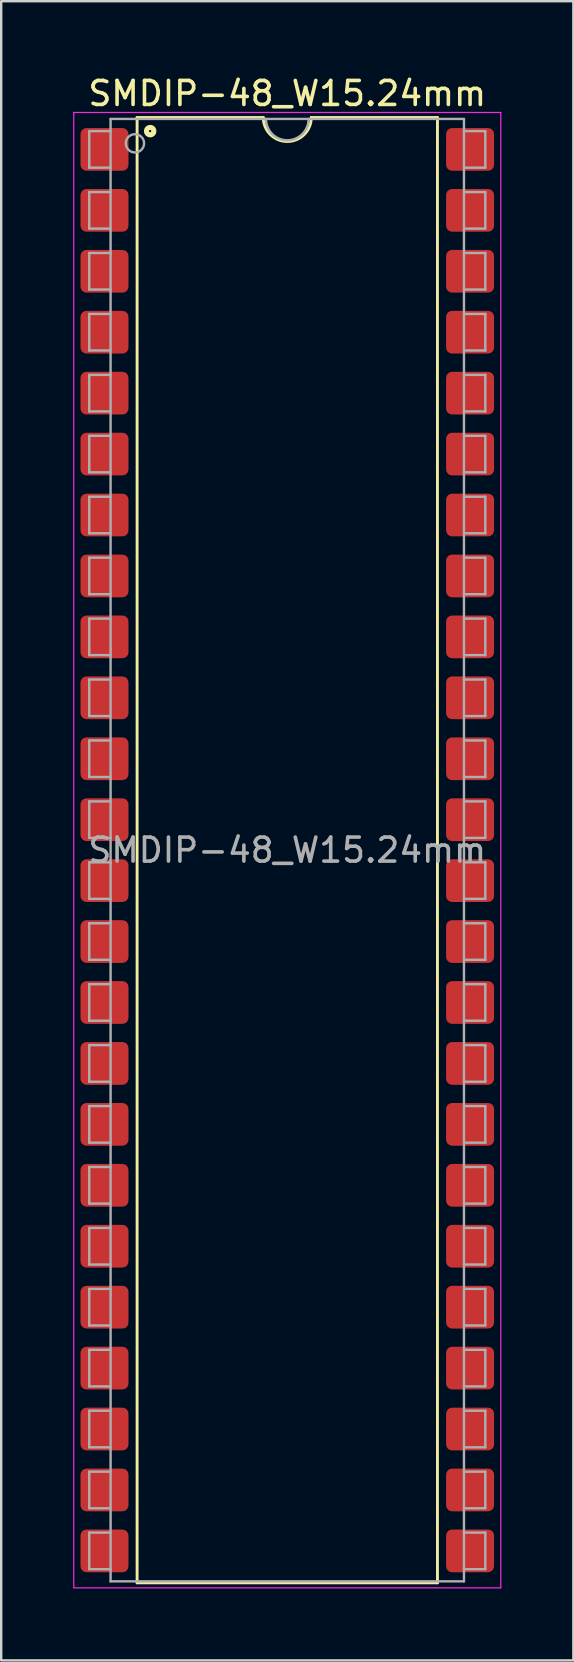
<source format=kicad_pcb>
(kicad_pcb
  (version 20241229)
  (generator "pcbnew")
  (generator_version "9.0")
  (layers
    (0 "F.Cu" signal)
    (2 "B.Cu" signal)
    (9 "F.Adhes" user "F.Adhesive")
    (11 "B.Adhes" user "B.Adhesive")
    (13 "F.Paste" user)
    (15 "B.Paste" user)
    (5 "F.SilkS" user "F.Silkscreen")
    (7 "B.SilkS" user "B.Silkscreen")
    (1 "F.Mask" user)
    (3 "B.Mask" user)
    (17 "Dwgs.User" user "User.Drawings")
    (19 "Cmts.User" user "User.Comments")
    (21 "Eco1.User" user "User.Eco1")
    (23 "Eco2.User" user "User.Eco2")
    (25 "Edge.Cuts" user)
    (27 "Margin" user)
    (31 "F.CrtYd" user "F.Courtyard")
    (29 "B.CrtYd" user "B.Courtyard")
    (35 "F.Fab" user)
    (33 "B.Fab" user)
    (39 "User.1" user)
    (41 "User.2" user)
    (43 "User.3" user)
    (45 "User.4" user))
  (footprint "SMDIP-48_W15.24mm"
    (layer "F.Cu")
    (at 8.925 32.388)
    (property "Reference" "SMDIP-48_W15.24mm" (at 0 -31.54 0) (layer "F.SilkS") (effects (font (size 1 1) (thickness 0.15))))
    (attr smd)
    (fp_line (start -6.26 -30.54) (end -6.26 30.54) (stroke (width 0.12) (type solid)) (layer "F.SilkS"))
    (fp_line (start -6.26 30.54) (end 6.26 30.54) (stroke (width 0.12) (type solid)) (layer "F.SilkS"))
    (fp_line (start -1 -30.54) (end -6.26 -30.54) (stroke (width 0.12) (type solid)) (layer "F.SilkS"))
    (fp_line (start 6.26 -30.54) (end 1 -30.54) (stroke (width 0.12) (type solid)) (layer "F.SilkS"))
    (fp_line (start 6.26 30.54) (end 6.26 -30.54) (stroke (width 0.12) (type solid)) (layer "F.SilkS"))
    (fp_arc (start 1 -30.54) (mid 0 -29.54) (end -1 -30.54) (stroke (width 0.12) (type solid)) (layer "F.SilkS"))
    (fp_circle (center -5.715 -29.972) (end -5.665 -29.972) (stroke (width 0.12) (type solid)) (fill no) (layer "F.SilkS"))
    (fp_circle (center -5.715 -29.972) (end -5.59 -29.972) (stroke (width 0.12) (type solid)) (fill no) (layer "F.SilkS"))
    (fp_circle (center -5.715 -29.972) (end -5.515 -29.972) (stroke (width 0.12) (type solid)) (fill no) (layer "F.SilkS"))
    (fp_line (start -8.9 -30.75) (end -8.9 30.75) (stroke (width 0.05) (type solid)) (layer "F.CrtYd"))
    (fp_line (start -8.9 30.75) (end 8.9 30.75) (stroke (width 0.05) (type solid)) (layer "F.CrtYd"))
    (fp_line (start 8.9 -30.75) (end -8.9 -30.75) (stroke (width 0.05) (type solid)) (layer "F.CrtYd"))
    (fp_line (start 8.9 30.75) (end 8.9 -30.75) (stroke (width 0.05) (type solid)) (layer "F.CrtYd"))
    (fp_line (start -8.255 -29.972) (end -8.255 -28.448) (stroke (width 0.1) (type solid)) (layer "F.Fab"))
    (fp_line (start -8.255 -29.972) (end -7.366 -29.972) (stroke (width 0.1) (type solid)) (layer "F.Fab"))
    (fp_line (start -8.255 -28.448) (end -7.366 -28.448) (stroke (width 0.1) (type solid)) (layer "F.Fab"))
    (fp_line (start -8.255 -27.432) (end -8.255 -25.908) (stroke (width 0.1) (type solid)) (layer "F.Fab"))
    (fp_line (start -8.255 -27.432) (end -7.366 -27.432) (stroke (width 0.1) (type solid)) (layer "F.Fab"))
    (fp_line (start -8.255 -25.908) (end -7.366 -25.908) (stroke (width 0.1) (type solid)) (layer "F.Fab"))
    (fp_line (start -8.255 -24.892) (end -8.255 -23.368) (stroke (width 0.1) (type solid)) (layer "F.Fab"))
    (fp_line (start -8.255 -24.892) (end -7.366 -24.892) (stroke (width 0.1) (type solid)) (layer "F.Fab"))
    (fp_line (start -8.255 -23.368) (end -7.366 -23.368) (stroke (width 0.1) (type solid)) (layer "F.Fab"))
    (fp_line (start -8.255 -22.352) (end -8.255 -20.828) (stroke (width 0.1) (type solid)) (layer "F.Fab"))
    (fp_line (start -8.255 -22.352) (end -7.366 -22.352) (stroke (width 0.1) (type solid)) (layer "F.Fab"))
    (fp_line (start -8.255 -20.828) (end -7.366 -20.828) (stroke (width 0.1) (type solid)) (layer "F.Fab"))
    (fp_line (start -8.255 -19.812) (end -8.255 -18.288) (stroke (width 0.1) (type solid)) (layer "F.Fab"))
    (fp_line (start -8.255 -19.812) (end -7.366 -19.812) (stroke (width 0.1) (type solid)) (layer "F.Fab"))
    (fp_line (start -8.255 -18.288) (end -7.366 -18.288) (stroke (width 0.1) (type solid)) (layer "F.Fab"))
    (fp_line (start -8.255 -17.272) (end -8.255 -15.748) (stroke (width 0.1) (type solid)) (layer "F.Fab"))
    (fp_line (start -8.255 -17.272) (end -7.366 -17.272) (stroke (width 0.1) (type solid)) (layer "F.Fab"))
    (fp_line (start -8.255 -15.748) (end -7.366 -15.748) (stroke (width 0.1) (type solid)) (layer "F.Fab"))
    (fp_line (start -8.255 -14.732) (end -8.255 -13.208) (stroke (width 0.1) (type solid)) (layer "F.Fab"))
    (fp_line (start -8.255 -14.732) (end -7.366 -14.732) (stroke (width 0.1) (type solid)) (layer "F.Fab"))
    (fp_line (start -8.255 -13.208) (end -7.366 -13.208) (stroke (width 0.1) (type solid)) (layer "F.Fab"))
    (fp_line (start -8.255 -12.192) (end -8.255 -10.668) (stroke (width 0.1) (type solid)) (layer "F.Fab"))
    (fp_line (start -8.255 -12.192) (end -7.366 -12.192) (stroke (width 0.1) (type solid)) (layer "F.Fab"))
    (fp_line (start -8.255 -10.668) (end -7.366 -10.668) (stroke (width 0.1) (type solid)) (layer "F.Fab"))
    (fp_line (start -8.255 -9.652) (end -8.255 -8.128) (stroke (width 0.1) (type solid)) (layer "F.Fab"))
    (fp_line (start -8.255 -9.652) (end -7.366 -9.652) (stroke (width 0.1) (type solid)) (layer "F.Fab"))
    (fp_line (start -8.255 -8.128) (end -7.366 -8.128) (stroke (width 0.1) (type solid)) (layer "F.Fab"))
    (fp_line (start -8.255 -7.112) (end -8.255 -5.588) (stroke (width 0.1) (type solid)) (layer "F.Fab"))
    (fp_line (start -8.255 -7.112) (end -7.366 -7.112) (stroke (width 0.1) (type solid)) (layer "F.Fab"))
    (fp_line (start -8.255 -5.588) (end -7.366 -5.588) (stroke (width 0.1) (type solid)) (layer "F.Fab"))
    (fp_line (start -8.255 -4.572) (end -8.255 -3.048) (stroke (width 0.1) (type solid)) (layer "F.Fab"))
    (fp_line (start -8.255 -4.572) (end -7.366 -4.572) (stroke (width 0.1) (type solid)) (layer "F.Fab"))
    (fp_line (start -8.255 -3.048) (end -7.366 -3.048) (stroke (width 0.1) (type solid)) (layer "F.Fab"))
    (fp_line (start -8.255 -2.032) (end -8.255 -0.508) (stroke (width 0.1) (type solid)) (layer "F.Fab"))
    (fp_line (start -8.255 -2.032) (end -7.366 -2.032) (stroke (width 0.1) (type solid)) (layer "F.Fab"))
    (fp_line (start -8.255 -0.508) (end -7.366 -0.508) (stroke (width 0.1) (type solid)) (layer "F.Fab"))
    (fp_line (start -8.255 0.508) (end -8.255 2.032) (stroke (width 0.1) (type solid)) (layer "F.Fab"))
    (fp_line (start -8.255 0.508) (end -7.366 0.508) (stroke (width 0.1) (type solid)) (layer "F.Fab"))
    (fp_line (start -8.255 2.032) (end -7.366 2.032) (stroke (width 0.1) (type solid)) (layer "F.Fab"))
    (fp_line (start -8.255 3.048) (end -8.255 4.572) (stroke (width 0.1) (type solid)) (layer "F.Fab"))
    (fp_line (start -8.255 3.048) (end -7.366 3.048) (stroke (width 0.1) (type solid)) (layer "F.Fab"))
    (fp_line (start -8.255 4.572) (end -7.366 4.572) (stroke (width 0.1) (type solid)) (layer "F.Fab"))
    (fp_line (start -8.255 5.588) (end -8.255 7.112) (stroke (width 0.1) (type solid)) (layer "F.Fab"))
    (fp_line (start -8.255 5.588) (end -7.366 5.588) (stroke (width 0.1) (type solid)) (layer "F.Fab"))
    (fp_line (start -8.255 7.112) (end -7.366 7.112) (stroke (width 0.1) (type solid)) (layer "F.Fab"))
    (fp_line (start -8.255 8.128) (end -8.255 9.652) (stroke (width 0.1) (type solid)) (layer "F.Fab"))
    (fp_line (start -8.255 8.128) (end -7.366 8.128) (stroke (width 0.1) (type solid)) (layer "F.Fab"))
    (fp_line (start -8.255 9.652) (end -7.366 9.652) (stroke (width 0.1) (type solid)) (layer "F.Fab"))
    (fp_line (start -8.255 10.668) (end -8.255 12.192) (stroke (width 0.1) (type solid)) (layer "F.Fab"))
    (fp_line (start -8.255 10.668) (end -7.366 10.668) (stroke (width 0.1) (type solid)) (layer "F.Fab"))
    (fp_line (start -8.255 12.192) (end -7.366 12.192) (stroke (width 0.1) (type solid)) (layer "F.Fab"))
    (fp_line (start -8.255 13.208) (end -8.255 14.732) (stroke (width 0.1) (type solid)) (layer "F.Fab"))
    (fp_line (start -8.255 13.208) (end -7.366 13.208) (stroke (width 0.1) (type solid)) (layer "F.Fab"))
    (fp_line (start -8.255 14.732) (end -7.366 14.732) (stroke (width 0.1) (type solid)) (layer "F.Fab"))
    (fp_line (start -8.255 15.748) (end -8.255 17.272) (stroke (width 0.1) (type solid)) (layer "F.Fab"))
    (fp_line (start -8.255 15.748) (end -7.366 15.748) (stroke (width 0.1) (type solid)) (layer "F.Fab"))
    (fp_line (start -8.255 17.272) (end -7.366 17.272) (stroke (width 0.1) (type solid)) (layer "F.Fab"))
    (fp_line (start -8.255 18.288) (end -8.255 19.812) (stroke (width 0.1) (type solid)) (layer "F.Fab"))
    (fp_line (start -8.255 18.288) (end -7.366 18.288) (stroke (width 0.1) (type solid)) (layer "F.Fab"))
    (fp_line (start -8.255 19.812) (end -7.366 19.812) (stroke (width 0.1) (type solid)) (layer "F.Fab"))
    (fp_line (start -8.255 20.828) (end -8.255 22.352) (stroke (width 0.1) (type solid)) (layer "F.Fab"))
    (fp_line (start -8.255 20.828) (end -7.366 20.828) (stroke (width 0.1) (type solid)) (layer "F.Fab"))
    (fp_line (start -8.255 22.352) (end -7.366 22.352) (stroke (width 0.1) (type solid)) (layer "F.Fab"))
    (fp_line (start -8.255 23.368) (end -8.255 24.892) (stroke (width 0.1) (type solid)) (layer "F.Fab"))
    (fp_line (start -8.255 23.368) (end -7.366 23.368) (stroke (width 0.1) (type solid)) (layer "F.Fab"))
    (fp_line (start -8.255 24.892) (end -7.366 24.892) (stroke (width 0.1) (type solid)) (layer "F.Fab"))
    (fp_line (start -8.255 25.908) (end -8.255 27.432) (stroke (width 0.1) (type solid)) (layer "F.Fab"))
    (fp_line (start -8.255 25.908) (end -7.366 25.908) (stroke (width 0.1) (type solid)) (layer "F.Fab"))
    (fp_line (start -8.255 27.432) (end -7.366 27.432) (stroke (width 0.1) (type solid)) (layer "F.Fab"))
    (fp_line (start -8.255 28.448) (end -8.255 29.972) (stroke (width 0.1) (type solid)) (layer "F.Fab"))
    (fp_line (start -8.255 28.448) (end -7.366 28.448) (stroke (width 0.1) (type solid)) (layer "F.Fab"))
    (fp_line (start -8.255 29.972) (end -7.366 29.972) (stroke (width 0.1) (type solid)) (layer "F.Fab"))
    (fp_line (start -7.366 -30.48) (end 7.365 -30.48) (stroke (width 0.1) (type solid)) (layer "F.Fab"))
    (fp_line (start -7.365 30.48) (end -7.366 -30.48) (stroke (width 0.1) (type solid)) (layer "F.Fab"))
    (fp_line (start 7.365 -30.48) (end 7.365 30.48) (stroke (width 0.1) (type solid)) (layer "F.Fab"))
    (fp_line (start 7.365 30.48) (end -7.365 30.48) (stroke (width 0.1) (type solid)) (layer "F.Fab"))
    (fp_line (start 8.255 -29.972) (end 7.366 -29.972) (stroke (width 0.1) (type solid)) (layer "F.Fab"))
    (fp_line (start 8.255 -28.448) (end 7.366 -28.448) (stroke (width 0.1) (type solid)) (layer "F.Fab"))
    (fp_line (start 8.255 -28.448) (end 8.255 -29.972) (stroke (width 0.1) (type solid)) (layer "F.Fab"))
    (fp_line (start 8.255 -27.432) (end 7.366 -27.432) (stroke (width 0.1) (type solid)) (layer "F.Fab"))
    (fp_line (start 8.255 -25.908) (end 7.366 -25.908) (stroke (width 0.1) (type solid)) (layer "F.Fab"))
    (fp_line (start 8.255 -25.908) (end 8.255 -27.432) (stroke (width 0.1) (type solid)) (layer "F.Fab"))
    (fp_line (start 8.255 -24.892) (end 7.366 -24.892) (stroke (width 0.1) (type solid)) (layer "F.Fab"))
    (fp_line (start 8.255 -23.368) (end 7.366 -23.368) (stroke (width 0.1) (type solid)) (layer "F.Fab"))
    (fp_line (start 8.255 -23.368) (end 8.255 -24.892) (stroke (width 0.1) (type solid)) (layer "F.Fab"))
    (fp_line (start 8.255 -22.352) (end 7.366 -22.352) (stroke (width 0.1) (type solid)) (layer "F.Fab"))
    (fp_line (start 8.255 -20.828) (end 7.366 -20.828) (stroke (width 0.1) (type solid)) (layer "F.Fab"))
    (fp_line (start 8.255 -20.828) (end 8.255 -22.352) (stroke (width 0.1) (type solid)) (layer "F.Fab"))
    (fp_line (start 8.255 -19.812) (end 7.366 -19.812) (stroke (width 0.1) (type solid)) (layer "F.Fab"))
    (fp_line (start 8.255 -18.288) (end 7.366 -18.288) (stroke (width 0.1) (type solid)) (layer "F.Fab"))
    (fp_line (start 8.255 -18.288) (end 8.255 -19.812) (stroke (width 0.1) (type solid)) (layer "F.Fab"))
    (fp_line (start 8.255 -17.272) (end 7.366 -17.272) (stroke (width 0.1) (type solid)) (layer "F.Fab"))
    (fp_line (start 8.255 -15.748) (end 7.366 -15.748) (stroke (width 0.1) (type solid)) (layer "F.Fab"))
    (fp_line (start 8.255 -15.748) (end 8.255 -17.272) (stroke (width 0.1) (type solid)) (layer "F.Fab"))
    (fp_line (start 8.255 -14.732) (end 7.366 -14.732) (stroke (width 0.1) (type solid)) (layer "F.Fab"))
    (fp_line (start 8.255 -13.208) (end 7.366 -13.208) (stroke (width 0.1) (type solid)) (layer "F.Fab"))
    (fp_line (start 8.255 -13.208) (end 8.255 -14.732) (stroke (width 0.1) (type solid)) (layer "F.Fab"))
    (fp_line (start 8.255 -12.192) (end 7.366 -12.192) (stroke (width 0.1) (type solid)) (layer "F.Fab"))
    (fp_line (start 8.255 -10.668) (end 7.366 -10.668) (stroke (width 0.1) (type solid)) (layer "F.Fab"))
    (fp_line (start 8.255 -10.668) (end 8.255 -12.192) (stroke (width 0.1) (type solid)) (layer "F.Fab"))
    (fp_line (start 8.255 -9.652) (end 7.366 -9.652) (stroke (width 0.1) (type solid)) (layer "F.Fab"))
    (fp_line (start 8.255 -8.128) (end 7.366 -8.128) (stroke (width 0.1) (type solid)) (layer "F.Fab"))
    (fp_line (start 8.255 -8.128) (end 8.255 -9.652) (stroke (width 0.1) (type solid)) (layer "F.Fab"))
    (fp_line (start 8.255 -7.112) (end 7.366 -7.112) (stroke (width 0.1) (type solid)) (layer "F.Fab"))
    (fp_line (start 8.255 -5.588) (end 7.366 -5.588) (stroke (width 0.1) (type solid)) (layer "F.Fab"))
    (fp_line (start 8.255 -5.588) (end 8.255 -7.112) (stroke (width 0.1) (type solid)) (layer "F.Fab"))
    (fp_line (start 8.255 -4.572) (end 7.366 -4.572) (stroke (width 0.1) (type solid)) (layer "F.Fab"))
    (fp_line (start 8.255 -3.048) (end 7.366 -3.048) (stroke (width 0.1) (type solid)) (layer "F.Fab"))
    (fp_line (start 8.255 -3.048) (end 8.255 -4.572) (stroke (width 0.1) (type solid)) (layer "F.Fab"))
    (fp_line (start 8.255 -2.032) (end 7.366 -2.032) (stroke (width 0.1) (type solid)) (layer "F.Fab"))
    (fp_line (start 8.255 -0.508) (end 7.366 -0.508) (stroke (width 0.1) (type solid)) (layer "F.Fab"))
    (fp_line (start 8.255 -0.508) (end 8.255 -2.032) (stroke (width 0.1) (type solid)) (layer "F.Fab"))
    (fp_line (start 8.255 0.508) (end 7.366 0.508) (stroke (width 0.1) (type solid)) (layer "F.Fab"))
    (fp_line (start 8.255 2.032) (end 7.366 2.032) (stroke (width 0.1) (type solid)) (layer "F.Fab"))
    (fp_line (start 8.255 2.032) (end 8.255 0.508) (stroke (width 0.1) (type solid)) (layer "F.Fab"))
    (fp_line (start 8.255 3.048) (end 7.366 3.048) (stroke (width 0.1) (type solid)) (layer "F.Fab"))
    (fp_line (start 8.255 4.572) (end 7.366 4.572) (stroke (width 0.1) (type solid)) (layer "F.Fab"))
    (fp_line (start 8.255 4.572) (end 8.255 3.048) (stroke (width 0.1) (type solid)) (layer "F.Fab"))
    (fp_line (start 8.255 5.588) (end 7.366 5.588) (stroke (width 0.1) (type solid)) (layer "F.Fab"))
    (fp_line (start 8.255 7.112) (end 7.366 7.112) (stroke (width 0.1) (type solid)) (layer "F.Fab"))
    (fp_line (start 8.255 7.112) (end 8.255 5.588) (stroke (width 0.1) (type solid)) (layer "F.Fab"))
    (fp_line (start 8.255 8.128) (end 7.366 8.128) (stroke (width 0.1) (type solid)) (layer "F.Fab"))
    (fp_line (start 8.255 9.652) (end 7.366 9.652) (stroke (width 0.1) (type solid)) (layer "F.Fab"))
    (fp_line (start 8.255 9.652) (end 8.255 8.128) (stroke (width 0.1) (type solid)) (layer "F.Fab"))
    (fp_line (start 8.255 10.668) (end 7.366 10.668) (stroke (width 0.1) (type solid)) (layer "F.Fab"))
    (fp_line (start 8.255 12.192) (end 7.366 12.192) (stroke (width 0.1) (type solid)) (layer "F.Fab"))
    (fp_line (start 8.255 12.192) (end 8.255 10.668) (stroke (width 0.1) (type solid)) (layer "F.Fab"))
    (fp_line (start 8.255 13.208) (end 7.366 13.208) (stroke (width 0.1) (type solid)) (layer "F.Fab"))
    (fp_line (start 8.255 14.732) (end 7.366 14.732) (stroke (width 0.1) (type solid)) (layer "F.Fab"))
    (fp_line (start 8.255 14.732) (end 8.255 13.208) (stroke (width 0.1) (type solid)) (layer "F.Fab"))
    (fp_line (start 8.255 15.748) (end 7.366 15.748) (stroke (width 0.1) (type solid)) (layer "F.Fab"))
    (fp_line (start 8.255 17.272) (end 7.366 17.272) (stroke (width 0.1) (type solid)) (layer "F.Fab"))
    (fp_line (start 8.255 17.272) (end 8.255 15.748) (stroke (width 0.1) (type solid)) (layer "F.Fab"))
    (fp_line (start 8.255 18.288) (end 7.366 18.288) (stroke (width 0.1) (type solid)) (layer "F.Fab"))
    (fp_line (start 8.255 19.812) (end 7.366 19.812) (stroke (width 0.1) (type solid)) (layer "F.Fab"))
    (fp_line (start 8.255 19.812) (end 8.255 18.288) (stroke (width 0.1) (type solid)) (layer "F.Fab"))
    (fp_line (start 8.255 20.828) (end 7.366 20.828) (stroke (width 0.1) (type solid)) (layer "F.Fab"))
    (fp_line (start 8.255 22.352) (end 7.366 22.352) (stroke (width 0.1) (type solid)) (layer "F.Fab"))
    (fp_line (start 8.255 22.352) (end 8.255 20.828) (stroke (width 0.1) (type solid)) (layer "F.Fab"))
    (fp_line (start 8.255 23.368) (end 7.366 23.368) (stroke (width 0.1) (type solid)) (layer "F.Fab"))
    (fp_line (start 8.255 24.892) (end 7.366 24.892) (stroke (width 0.1) (type solid)) (layer "F.Fab"))
    (fp_line (start 8.255 24.892) (end 8.255 23.368) (stroke (width 0.1) (type solid)) (layer "F.Fab"))
    (fp_line (start 8.255 25.908) (end 7.366 25.908) (stroke (width 0.1) (type solid)) (layer "F.Fab"))
    (fp_line (start 8.255 27.432) (end 7.366 27.432) (stroke (width 0.1) (type solid)) (layer "F.Fab"))
    (fp_line (start 8.255 27.432) (end 8.255 25.908) (stroke (width 0.1) (type solid)) (layer "F.Fab"))
    (fp_line (start 8.255 28.448) (end 7.366 28.448) (stroke (width 0.1) (type solid)) (layer "F.Fab"))
    (fp_line (start 8.255 29.972) (end 7.366 29.972) (stroke (width 0.1) (type solid)) (layer "F.Fab"))
    (fp_line (start 8.255 29.972) (end 8.255 28.448) (stroke (width 0.1) (type solid)) (layer "F.Fab"))
    (fp_arc (start 0.889 -30.48) (mid 0 -29.591) (end -0.889 -30.48) (stroke (width 0.1) (type solid)) (layer "F.Fab"))
    (fp_circle (center -6.35 -29.464) (end -5.969 -29.464) (stroke (width 0.1) (type solid)) (fill no) (layer "F.Fab"))
    (fp_text user "${REFERENCE}" (at 0 0 0) (layer "F.Fab") (effects (font (size 1 1) (thickness 0.15))))
    (pad "1" smd roundrect (at -7.62 -29.21) (size 2 1.78) (layers "F.Cu" "F.Mask" "F.Paste") (roundrect_rratio 0.14))
    (pad "2" smd roundrect (at -7.62 -26.67) (size 2 1.78) (layers "F.Cu" "F.Mask" "F.Paste") (roundrect_rratio 0.14))
    (pad "3" smd roundrect (at -7.62 -24.13) (size 2 1.78) (layers "F.Cu" "F.Mask" "F.Paste") (roundrect_rratio 0.14))
    (pad "4" smd roundrect (at -7.62 -21.59) (size 2 1.78) (layers "F.Cu" "F.Mask" "F.Paste") (roundrect_rratio 0.14))
    (pad "5" smd roundrect (at -7.62 -19.05) (size 2 1.78) (layers "F.Cu" "F.Mask" "F.Paste") (roundrect_rratio 0.14))
    (pad "6" smd roundrect (at -7.62 -16.51) (size 2 1.78) (layers "F.Cu" "F.Mask" "F.Paste") (roundrect_rratio 0.14))
    (pad "7" smd roundrect (at -7.62 -13.97) (size 2 1.78) (layers "F.Cu" "F.Mask" "F.Paste") (roundrect_rratio 0.14))
    (pad "8" smd roundrect (at -7.62 -11.43) (size 2 1.78) (layers "F.Cu" "F.Mask" "F.Paste") (roundrect_rratio 0.14))
    (pad "9" smd roundrect (at -7.62 -8.89) (size 2 1.78) (layers "F.Cu" "F.Mask" "F.Paste") (roundrect_rratio 0.14))
    (pad "10" smd roundrect (at -7.62 -6.35) (size 2 1.78) (layers "F.Cu" "F.Mask" "F.Paste") (roundrect_rratio 0.14))
    (pad "11" smd roundrect (at -7.62 -3.81) (size 2 1.78) (layers "F.Cu" "F.Mask" "F.Paste") (roundrect_rratio 0.14))
    (pad "12" smd roundrect (at -7.62 -1.27) (size 2 1.78) (layers "F.Cu" "F.Mask" "F.Paste") (roundrect_rratio 0.14))
    (pad "13" smd roundrect (at -7.62 1.27) (size 2 1.78) (layers "F.Cu" "F.Mask" "F.Paste") (roundrect_rratio 0.14))
    (pad "14" smd roundrect (at -7.62 3.81) (size 2 1.78) (layers "F.Cu" "F.Mask" "F.Paste") (roundrect_rratio 0.14))
    (pad "15" smd roundrect (at -7.62 6.35) (size 2 1.78) (layers "F.Cu" "F.Mask" "F.Paste") (roundrect_rratio 0.14))
    (pad "16" smd roundrect (at -7.62 8.89) (size 2 1.78) (layers "F.Cu" "F.Mask" "F.Paste") (roundrect_rratio 0.14))
    (pad "17" smd roundrect (at -7.62 11.43) (size 2 1.78) (layers "F.Cu" "F.Mask" "F.Paste") (roundrect_rratio 0.14))
    (pad "18" smd roundrect (at -7.62 13.97) (size 2 1.78) (layers "F.Cu" "F.Mask" "F.Paste") (roundrect_rratio 0.14))
    (pad "19" smd roundrect (at -7.62 16.51) (size 2 1.78) (layers "F.Cu" "F.Mask" "F.Paste") (roundrect_rratio 0.14))
    (pad "20" smd roundrect (at -7.62 19.05) (size 2 1.78) (layers "F.Cu" "F.Mask" "F.Paste") (roundrect_rratio 0.14))
    (pad "21" smd roundrect (at -7.62 21.59) (size 2 1.78) (layers "F.Cu" "F.Mask" "F.Paste") (roundrect_rratio 0.14))
    (pad "22" smd roundrect (at -7.62 24.13) (size 2 1.78) (layers "F.Cu" "F.Mask" "F.Paste") (roundrect_rratio 0.14))
    (pad "23" smd roundrect (at -7.62 26.67) (size 2 1.78) (layers "F.Cu" "F.Mask" "F.Paste") (roundrect_rratio 0.14))
    (pad "24" smd roundrect (at -7.62 29.21) (size 2 1.78) (layers "F.Cu" "F.Mask" "F.Paste") (roundrect_rratio 0.14))
    (pad "25" smd roundrect (at 7.62 29.21) (size 2 1.78) (layers "F.Cu" "F.Mask" "F.Paste") (roundrect_rratio 0.14))
    (pad "26" smd roundrect (at 7.62 26.67) (size 2 1.78) (layers "F.Cu" "F.Mask" "F.Paste") (roundrect_rratio 0.14))
    (pad "27" smd roundrect (at 7.62 24.13) (size 2 1.78) (layers "F.Cu" "F.Mask" "F.Paste") (roundrect_rratio 0.14))
    (pad "28" smd roundrect (at 7.62 21.59) (size 2 1.78) (layers "F.Cu" "F.Mask" "F.Paste") (roundrect_rratio 0.14))
    (pad "29" smd roundrect (at 7.62 19.05) (size 2 1.78) (layers "F.Cu" "F.Mask" "F.Paste") (roundrect_rratio 0.14))
    (pad "30" smd roundrect (at 7.62 16.51) (size 2 1.78) (layers "F.Cu" "F.Mask" "F.Paste") (roundrect_rratio 0.14))
    (pad "31" smd roundrect (at 7.62 13.97) (size 2 1.78) (layers "F.Cu" "F.Mask" "F.Paste") (roundrect_rratio 0.14))
    (pad "32" smd roundrect (at 7.62 11.43) (size 2 1.78) (layers "F.Cu" "F.Mask" "F.Paste") (roundrect_rratio 0.14))
    (pad "33" smd roundrect (at 7.62 8.89) (size 2 1.78) (layers "F.Cu" "F.Mask" "F.Paste") (roundrect_rratio 0.14))
    (pad "34" smd roundrect (at 7.62 6.35) (size 2 1.78) (layers "F.Cu" "F.Mask" "F.Paste") (roundrect_rratio 0.14))
    (pad "35" smd roundrect (at 7.62 3.81) (size 2 1.78) (layers "F.Cu" "F.Mask" "F.Paste") (roundrect_rratio 0.14))
    (pad "36" smd roundrect (at 7.62 1.27) (size 2 1.78) (layers "F.Cu" "F.Mask" "F.Paste") (roundrect_rratio 0.14))
    (pad "37" smd roundrect (at 7.62 -1.27) (size 2 1.78) (layers "F.Cu" "F.Mask" "F.Paste") (roundrect_rratio 0.14))
    (pad "38" smd roundrect (at 7.62 -3.81) (size 2 1.78) (layers "F.Cu" "F.Mask" "F.Paste") (roundrect_rratio 0.14))
    (pad "39" smd roundrect (at 7.62 -6.35) (size 2 1.78) (layers "F.Cu" "F.Mask" "F.Paste") (roundrect_rratio 0.14))
    (pad "40" smd roundrect (at 7.62 -8.89) (size 2 1.78) (layers "F.Cu" "F.Mask" "F.Paste") (roundrect_rratio 0.14))
    (pad "41" smd roundrect (at 7.62 -11.43) (size 2 1.78) (layers "F.Cu" "F.Mask" "F.Paste") (roundrect_rratio 0.14))
    (pad "42" smd roundrect (at 7.62 -13.97) (size 2 1.78) (layers "F.Cu" "F.Mask" "F.Paste") (roundrect_rratio 0.14))
    (pad "43" smd roundrect (at 7.62 -16.51) (size 2 1.78) (layers "F.Cu" "F.Mask" "F.Paste") (roundrect_rratio 0.14))
    (pad "44" smd roundrect (at 7.62 -19.05) (size 2 1.78) (layers "F.Cu" "F.Mask" "F.Paste") (roundrect_rratio 0.14))
    (pad "45" smd roundrect (at 7.62 -21.59) (size 2 1.78) (layers "F.Cu" "F.Mask" "F.Paste") (roundrect_rratio 0.14))
    (pad "46" smd roundrect (at 7.62 -24.13) (size 2 1.78) (layers "F.Cu" "F.Mask" "F.Paste") (roundrect_rratio 0.14))
    (pad "47" smd roundrect (at 7.62 -26.67) (size 2 1.78) (layers "F.Cu" "F.Mask" "F.Paste") (roundrect_rratio 0.14))
    (pad "48" smd roundrect (at 7.62 -29.21) (size 2 1.78) (layers "F.Cu" "F.Mask" "F.Paste") (roundrect_rratio 0.14)))
  (gr_rect
    (start -3 -3)
    (end 20.85 66.163)
    (stroke (width 0.1) (type default))
    (fill no)
    (layer "Edge.Cuts")))
</source>
